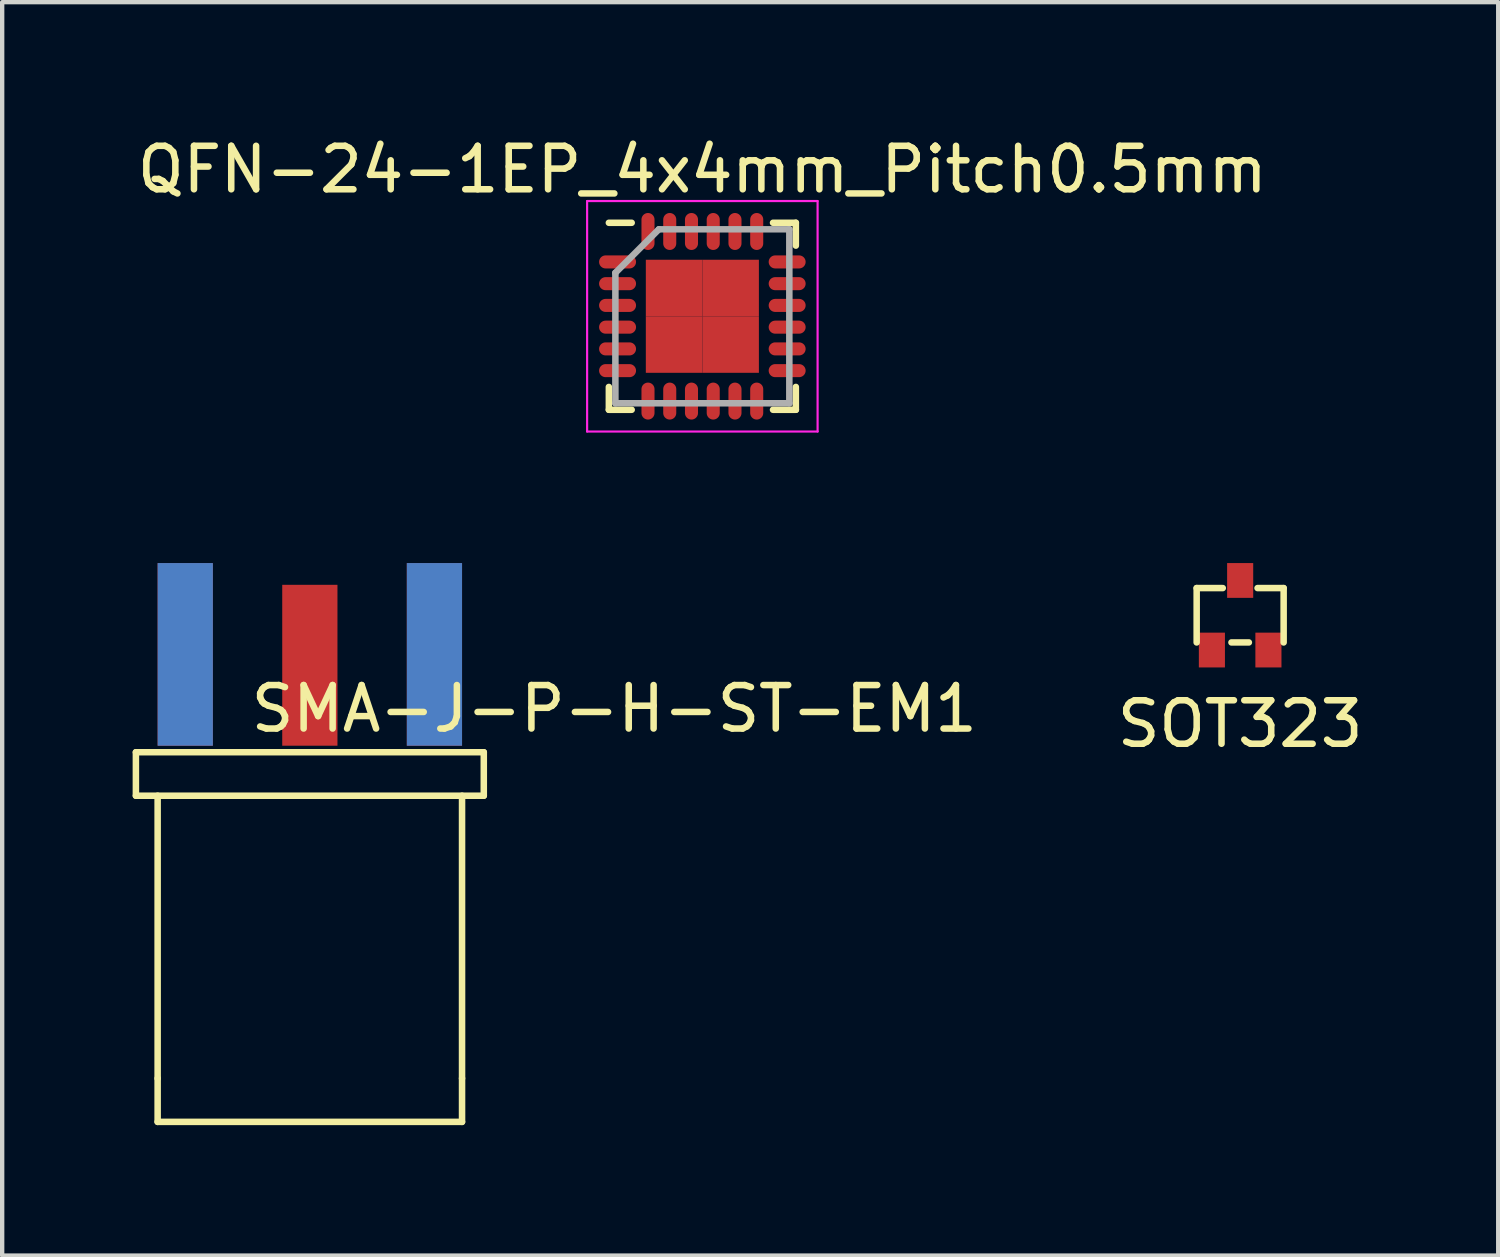
<source format=kicad_pcb>
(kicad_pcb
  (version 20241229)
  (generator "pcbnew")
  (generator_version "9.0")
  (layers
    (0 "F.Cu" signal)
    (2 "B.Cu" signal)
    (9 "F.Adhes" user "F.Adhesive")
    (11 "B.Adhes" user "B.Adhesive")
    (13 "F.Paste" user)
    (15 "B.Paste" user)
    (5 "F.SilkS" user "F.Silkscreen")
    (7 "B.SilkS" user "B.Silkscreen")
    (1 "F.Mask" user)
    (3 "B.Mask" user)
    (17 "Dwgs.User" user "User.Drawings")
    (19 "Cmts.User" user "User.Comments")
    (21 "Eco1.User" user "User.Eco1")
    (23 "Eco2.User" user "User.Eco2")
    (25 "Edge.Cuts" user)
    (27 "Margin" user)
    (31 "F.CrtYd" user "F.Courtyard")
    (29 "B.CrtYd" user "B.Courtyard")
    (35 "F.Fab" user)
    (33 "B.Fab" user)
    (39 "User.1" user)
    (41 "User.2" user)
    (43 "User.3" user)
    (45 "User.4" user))
  (footprint "QFN-24-1EP_4x4mm_Pitch0.5mm"
    (layer "F.Cu")
    (at 13.101 4.223)
    (property "Reference" "QFN-24-1EP_4x4mm_Pitch0.5mm" (at 0 -3.375 0) (layer "F.SilkS") (effects (font (size 1 1) (thickness 0.15))))
    (attr smd)
    (fp_line (start -2.15 -2.15) (end -1.625 -2.15) (stroke (width 0.15) (type solid)) (layer "F.SilkS"))
    (fp_line (start -2.15 2.15) (end -2.15 1.625) (stroke (width 0.15) (type solid)) (layer "F.SilkS"))
    (fp_line (start -2.15 2.15) (end -1.625 2.15) (stroke (width 0.15) (type solid)) (layer "F.SilkS"))
    (fp_line (start 2.15 -2.15) (end 1.625 -2.15) (stroke (width 0.15) (type solid)) (layer "F.SilkS"))
    (fp_line (start 2.15 -2.15) (end 2.15 -1.625) (stroke (width 0.15) (type solid)) (layer "F.SilkS"))
    (fp_line (start 2.15 2.15) (end 1.625 2.15) (stroke (width 0.15) (type solid)) (layer "F.SilkS"))
    (fp_line (start 2.15 2.15) (end 2.15 1.625) (stroke (width 0.15) (type solid)) (layer "F.SilkS"))
    (fp_line (start -2.65 -2.65) (end -2.65 2.65) (stroke (width 0.05) (type solid)) (layer "F.CrtYd"))
    (fp_line (start -2.65 -2.65) (end 2.65 -2.65) (stroke (width 0.05) (type solid)) (layer "F.CrtYd"))
    (fp_line (start -2.65 2.65) (end 2.65 2.65) (stroke (width 0.05) (type solid)) (layer "F.CrtYd"))
    (fp_line (start 2.65 -2.65) (end 2.65 2.65) (stroke (width 0.05) (type solid)) (layer "F.CrtYd"))
    (fp_line (start -2 -1) (end -1 -2) (stroke (width 0.15) (type solid)) (layer "F.Fab"))
    (fp_line (start -2 2) (end -2 -1) (stroke (width 0.15) (type solid)) (layer "F.Fab"))
    (fp_line (start -1 -2) (end 2 -2) (stroke (width 0.15) (type solid)) (layer "F.Fab"))
    (fp_line (start 2 -2) (end 2 2) (stroke (width 0.15) (type solid)) (layer "F.Fab"))
    (fp_line (start 2 2) (end -2 2) (stroke (width 0.15) (type solid)) (layer "F.Fab"))
    (pad "1" smd oval (at -1.95 -1.25) (size 0.85 0.3) (layers "F.Cu" "F.Mask" "F.Paste"))
    (pad "2" smd oval (at -1.95 -0.75) (size 0.85 0.3) (layers "F.Cu" "F.Mask" "F.Paste"))
    (pad "3" smd oval (at -1.95 -0.25) (size 0.85 0.3) (layers "F.Cu" "F.Mask" "F.Paste"))
    (pad "4" smd oval (at -1.95 0.25) (size 0.85 0.3) (layers "F.Cu" "F.Mask" "F.Paste"))
    (pad "5" smd oval (at -1.95 0.75) (size 0.85 0.3) (layers "F.Cu" "F.Mask" "F.Paste"))
    (pad "6" smd oval (at -1.95 1.25) (size 0.85 0.3) (layers "F.Cu" "F.Mask" "F.Paste"))
    (pad "7" smd oval (at -1.25 1.95 90) (size 0.85 0.3) (layers "F.Cu" "F.Mask" "F.Paste"))
    (pad "8" smd oval (at -0.75 1.95 90) (size 0.85 0.3) (layers "F.Cu" "F.Mask" "F.Paste"))
    (pad "9" smd oval (at -0.25 1.95 90) (size 0.85 0.3) (layers "F.Cu" "F.Mask" "F.Paste"))
    (pad "10" smd oval (at 0.25 1.95 90) (size 0.85 0.3) (layers "F.Cu" "F.Mask" "F.Paste"))
    (pad "11" smd oval (at 0.75 1.95 90) (size 0.85 0.3) (layers "F.Cu" "F.Mask" "F.Paste"))
    (pad "12" smd oval (at 1.25 1.95 90) (size 0.85 0.3) (layers "F.Cu" "F.Mask" "F.Paste"))
    (pad "13" smd oval (at 1.95 1.25) (size 0.85 0.3) (layers "F.Cu" "F.Mask" "F.Paste"))
    (pad "14" smd oval (at 1.95 0.75) (size 0.85 0.3) (layers "F.Cu" "F.Mask" "F.Paste"))
    (pad "15" smd oval (at 1.95 0.25) (size 0.85 0.3) (layers "F.Cu" "F.Mask" "F.Paste"))
    (pad "16" smd oval (at 1.95 -0.25) (size 0.85 0.3) (layers "F.Cu" "F.Mask" "F.Paste"))
    (pad "17" smd oval (at 1.95 -0.75) (size 0.85 0.3) (layers "F.Cu" "F.Mask" "F.Paste"))
    (pad "18" smd oval (at 1.95 -1.25) (size 0.85 0.3) (layers "F.Cu" "F.Mask" "F.Paste"))
    (pad "19" smd oval (at 1.25 -1.95 90) (size 0.85 0.3) (layers "F.Cu" "F.Mask" "F.Paste"))
    (pad "20" smd oval (at 0.75 -1.95 90) (size 0.85 0.3) (layers "F.Cu" "F.Mask" "F.Paste"))
    (pad "21" smd oval (at 0.25 -1.95 90) (size 0.85 0.3) (layers "F.Cu" "F.Mask" "F.Paste"))
    (pad "22" smd oval (at -0.25 -1.95 90) (size 0.85 0.3) (layers "F.Cu" "F.Mask" "F.Paste"))
    (pad "23" smd oval (at -0.75 -1.95 90) (size 0.85 0.3) (layers "F.Cu" "F.Mask" "F.Paste"))
    (pad "24" smd oval (at -1.25 -1.95 90) (size 0.85 0.3) (layers "F.Cu" "F.Mask" "F.Paste"))
    (pad "25" smd rect (at -0.65 -0.65) (size 1.3 1.3) (layers "F.Cu" "F.Mask" "F.Paste"))
    (pad "25" smd rect (at -0.65 0.65) (size 1.3 1.3) (layers "F.Cu" "F.Mask" "F.Paste"))
    (pad "25" smd rect (at 0.65 -0.65) (size 1.3 1.3) (layers "F.Cu" "F.Mask" "F.Paste"))
    (pad "25" smd rect (at 0.65 0.65) (size 1.3 1.3) (layers "F.Cu" "F.Mask" "F.Paste")))
  (footprint "SMA-J-P-H-ST-EM1"
    (layer "F.Cu")
    (at 4.075 12.248)
    (property "Reference" "SMA-J-P-H-ST-EM1" (at 7 1 0) (layer "F.SilkS") (effects (font (size 1 1) (thickness 0.15))))
    (attr through_hole)
    (fp_line (start -4 2) (end 4 2) (stroke (width 0.15) (type solid)) (layer "F.SilkS"))
    (fp_line (start -4 3) (end -4 2) (stroke (width 0.15) (type solid)) (layer "F.SilkS"))
    (fp_line (start -3.5 3) (end -3.5 9.5) (stroke (width 0.15) (type solid)) (layer "F.SilkS"))
    (fp_line (start -3.5 9.5) (end -3.5 10.5) (stroke (width 0.15) (type solid)) (layer "F.SilkS"))
    (fp_line (start -3.5 10.5) (end 3.5 10.5) (stroke (width 0.15) (type solid)) (layer "F.SilkS"))
    (fp_line (start 3.5 9.5) (end 3.5 3) (stroke (width 0.15) (type solid)) (layer "F.SilkS"))
    (fp_line (start 3.5 10.5) (end 3.5 9.5) (stroke (width 0.15) (type solid)) (layer "F.SilkS"))
    (fp_line (start 4 2) (end 4 3) (stroke (width 0.15) (type solid)) (layer "F.SilkS"))
    (fp_line (start 4 3) (end -4 3) (stroke (width 0.15) (type solid)) (layer "F.SilkS"))
    (pad "1" smd rect (at 0 0) (size 1.27 3.7) (layers "F.Cu" "F.Mask" "F.Paste"))
    (pad "2" smd rect (at -2.865 -0.25) (size 1.27 4.2) (layers "F.Cu" "F.Mask" "F.Paste"))
    (pad "2" smd rect (at -2.865 -0.25) (size 1.27 4.2) (layers "B.Cu" "B.Mask" "B.Paste"))
    (pad "2" smd rect (at 2.865 -0.25) (size 1.27 4.2) (layers "F.Cu" "F.Mask" "F.Paste"))
    (pad "2" smd rect (at 2.865 -0.25) (size 1.27 4.2) (layers "B.Cu" "B.Mask" "B.Paste")))
  (footprint "SOT323"
    (layer "F.Cu")
    (at 25.468 11.098)
    (property "Reference" "SOT323" (at 0 2.5 0) (layer "F.SilkS") (effects (font (size 1 1) (thickness 0.15))))
    (attr through_hole)
    (fp_line (start -1 -0.625) (end -1 0.625) (stroke (width 0.15) (type solid)) (layer "F.SilkS"))
    (fp_line (start -1 -0.625) (end -0.4 -0.625) (stroke (width 0.15) (type solid)) (layer "F.SilkS"))
    (fp_line (start -0.2 0.625) (end 0.2 0.625) (stroke (width 0.15) (type solid)) (layer "F.SilkS"))
    (fp_line (start 1 -0.625) (end 0.4 -0.625) (stroke (width 0.15) (type solid)) (layer "F.SilkS"))
    (fp_line (start 1 -0.625) (end 1 0.625) (stroke (width 0.15) (type solid)) (layer "F.SilkS"))
    (pad "1" smd rect (at -0.65 0.8) (size 0.6 0.8) (layers "F.Cu" "F.Mask" "F.Paste"))
    (pad "2" smd rect (at 0.65 0.8) (size 0.6 0.8) (layers "F.Cu" "F.Mask" "F.Paste"))
    (pad "3" smd rect (at 0 -0.8) (size 0.6 0.8) (layers "F.Cu" "F.Mask" "F.Paste")))
  (gr_rect
    (start -3 -3)
    (end 31.402 25.823)
    (stroke (width 0.1) (type default))
    (fill no)
    (layer "Edge.Cuts")))
</source>
